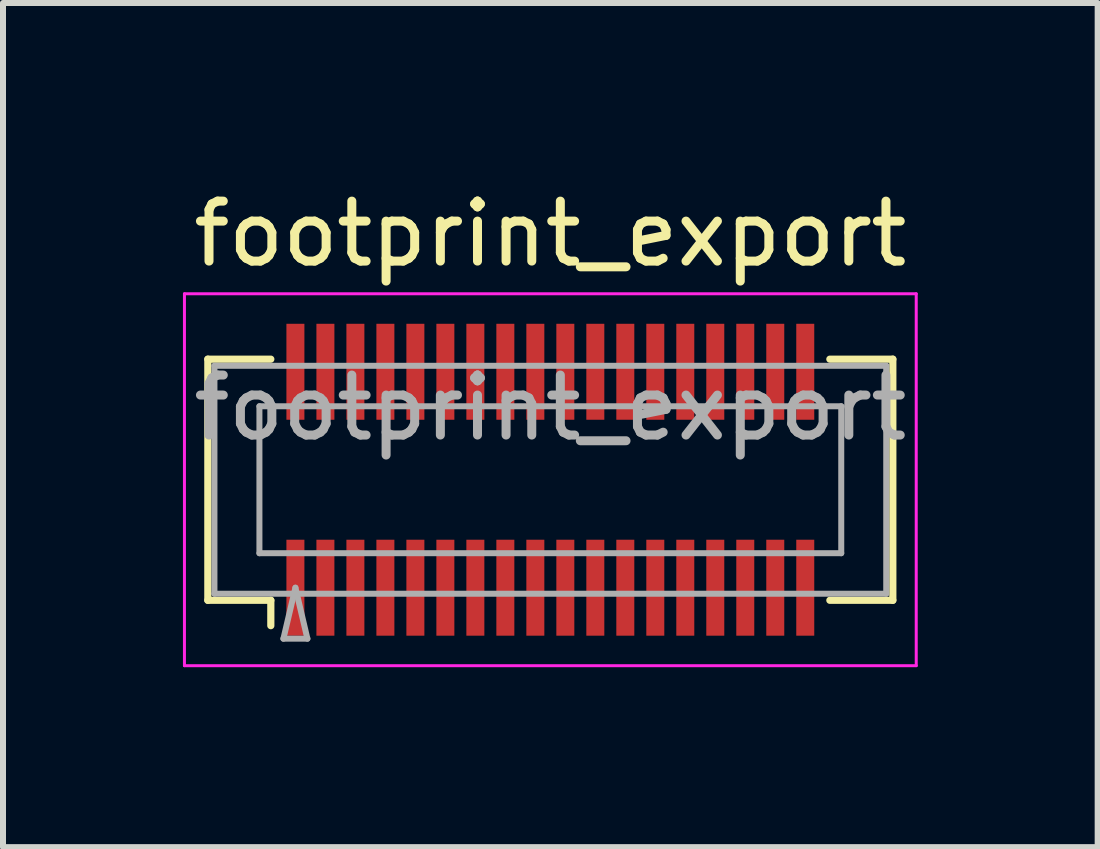
<source format=kicad_pcb>
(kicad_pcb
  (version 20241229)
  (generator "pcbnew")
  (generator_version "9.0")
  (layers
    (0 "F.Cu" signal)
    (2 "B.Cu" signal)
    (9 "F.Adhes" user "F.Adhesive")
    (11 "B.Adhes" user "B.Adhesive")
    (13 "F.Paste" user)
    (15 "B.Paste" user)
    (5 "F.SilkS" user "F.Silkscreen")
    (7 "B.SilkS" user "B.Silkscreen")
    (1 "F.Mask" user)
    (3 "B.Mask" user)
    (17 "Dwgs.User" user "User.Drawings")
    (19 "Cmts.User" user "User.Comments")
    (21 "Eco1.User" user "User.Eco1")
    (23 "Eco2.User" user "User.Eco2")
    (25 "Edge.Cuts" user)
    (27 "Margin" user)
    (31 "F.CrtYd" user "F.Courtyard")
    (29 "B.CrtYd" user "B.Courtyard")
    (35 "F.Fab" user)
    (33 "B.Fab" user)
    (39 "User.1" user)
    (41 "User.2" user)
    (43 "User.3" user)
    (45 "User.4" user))
  (footprint "footprint_export"
    (layer "F.Cu")
    (at 6.125 4.948)
    (property "Reference" "footprint_export" (at 0 -4.1 0) (layer "F.SilkS") (effects (font (size 1 1) (thickness 0.15))))
    (attr smd)
    (fp_line (start -5.71 -2.01) (end -4.66 -2.01) (stroke (width 0.12) (type solid)) (layer "F.SilkS"))
    (fp_line (start -5.71 2.01) (end -5.71 -2.01) (stroke (width 0.12) (type solid)) (layer "F.SilkS"))
    (fp_line (start -4.66 2.01) (end -5.71 2.01) (stroke (width 0.12) (type solid)) (layer "F.SilkS"))
    (fp_line (start -4.66 2.433) (end -4.66 2.01) (stroke (width 0.12) (type solid)) (layer "F.SilkS"))
    (fp_line (start 4.66 2.01) (end 5.71 2.01) (stroke (width 0.12) (type solid)) (layer "F.SilkS"))
    (fp_line (start 5.71 -2.01) (end 4.66 -2.01) (stroke (width 0.12) (type solid)) (layer "F.SilkS"))
    (fp_line (start 5.71 2.01) (end 5.71 -2.01) (stroke (width 0.12) (type solid)) (layer "F.SilkS"))
    (fp_line (start -6.1 -3.1) (end -6.1 3.1) (stroke (width 0.05) (type solid)) (layer "F.CrtYd"))
    (fp_line (start -6.1 3.1) (end 6.1 3.1) (stroke (width 0.05) (type solid)) (layer "F.CrtYd"))
    (fp_line (start 6.1 -3.1) (end -6.1 -3.1) (stroke (width 0.05) (type solid)) (layer "F.CrtYd"))
    (fp_line (start 6.1 3.1) (end 6.1 -3.1) (stroke (width 0.05) (type solid)) (layer "F.CrtYd"))
    (fp_line (start -5.6 -1.9) (end 5.6 -1.9) (stroke (width 0.1) (type solid)) (layer "F.Fab"))
    (fp_line (start -5.6 1.9) (end -5.6 -1.9) (stroke (width 0.1) (type solid)) (layer "F.Fab"))
    (fp_line (start -4.85 -1.225) (end 4.85 -1.225) (stroke (width 0.1) (type solid)) (layer "F.Fab"))
    (fp_line (start -4.85 1.225) (end -4.85 -1.225) (stroke (width 0.1) (type solid)) (layer "F.Fab"))
    (fp_line (start -4.45 2.65) (end -4.25 1.8) (stroke (width 0.1) (type solid)) (layer "F.Fab"))
    (fp_line (start -4.25 1.8) (end -4.05 2.65) (stroke (width 0.1) (type solid)) (layer "F.Fab"))
    (fp_line (start -4.05 2.65) (end -4.45 2.65) (stroke (width 0.1) (type solid)) (layer "F.Fab"))
    (fp_line (start 4.85 -1.225) (end 4.85 1.225) (stroke (width 0.1) (type solid)) (layer "F.Fab"))
    (fp_line (start 4.85 1.225) (end -4.85 1.225) (stroke (width 0.1) (type solid)) (layer "F.Fab"))
    (fp_line (start 5.6 -1.9) (end 5.6 1.9) (stroke (width 0.1) (type solid)) (layer "F.Fab"))
    (fp_line (start 5.6 1.9) (end -5.6 1.9) (stroke (width 0.1) (type solid)) (layer "F.Fab"))
    (fp_text user "${REFERENCE}" (at 0 -1.2 0) (layer "F.Fab") (effects (font (size 1 1) (thickness 0.15))))
    (pad "" smd rect (at -4.25 -2) (size 0.28 1.2) (layers "F.Paste"))
    (pad "" smd rect (at -4.25 2) (size 0.28 1.2) (layers "F.Paste"))
    (pad "" smd rect (at -3.75 -2) (size 0.28 1.2) (layers "F.Paste"))
    (pad "" smd rect (at -3.75 2) (size 0.28 1.2) (layers "F.Paste"))
    (pad "" smd rect (at -3.25 -2) (size 0.28 1.2) (layers "F.Paste"))
    (pad "" smd rect (at -3.25 2) (size 0.28 1.2) (layers "F.Paste"))
    (pad "" smd rect (at -2.75 -2) (size 0.28 1.2) (layers "F.Paste"))
    (pad "" smd rect (at -2.75 2) (size 0.28 1.2) (layers "F.Paste"))
    (pad "" smd rect (at -2.25 -2) (size 0.28 1.2) (layers "F.Paste"))
    (pad "" smd rect (at -2.25 2) (size 0.28 1.2) (layers "F.Paste"))
    (pad "" smd rect (at -1.75 -2) (size 0.28 1.2) (layers "F.Paste"))
    (pad "" smd rect (at -1.75 2) (size 0.28 1.2) (layers "F.Paste"))
    (pad "" smd rect (at -1.25 -2) (size 0.28 1.2) (layers "F.Paste"))
    (pad "" smd rect (at -1.25 2) (size 0.28 1.2) (layers "F.Paste"))
    (pad "" smd rect (at -0.75 -2) (size 0.28 1.2) (layers "F.Paste"))
    (pad "" smd rect (at -0.75 2) (size 0.28 1.2) (layers "F.Paste"))
    (pad "" smd rect (at -0.25 -2) (size 0.28 1.2) (layers "F.Paste"))
    (pad "" smd rect (at -0.25 2) (size 0.28 1.2) (layers "F.Paste"))
    (pad "" smd rect (at 0.25 -2) (size 0.28 1.2) (layers "F.Paste"))
    (pad "" smd rect (at 0.25 2) (size 0.28 1.2) (layers "F.Paste"))
    (pad "" smd rect (at 0.75 -2) (size 0.28 1.2) (layers "F.Paste"))
    (pad "" smd rect (at 0.75 2) (size 0.28 1.2) (layers "F.Paste"))
    (pad "" smd rect (at 1.25 -2) (size 0.28 1.2) (layers "F.Paste"))
    (pad "" smd rect (at 1.25 2) (size 0.28 1.2) (layers "F.Paste"))
    (pad "" smd rect (at 1.75 -2) (size 0.28 1.2) (layers "F.Paste"))
    (pad "" smd rect (at 1.75 2) (size 0.28 1.2) (layers "F.Paste"))
    (pad "" smd rect (at 2.25 -2) (size 0.28 1.2) (layers "F.Paste"))
    (pad "" smd rect (at 2.25 2) (size 0.28 1.2) (layers "F.Paste"))
    (pad "" smd rect (at 2.75 -2) (size 0.28 1.2) (layers "F.Paste"))
    (pad "" smd rect (at 2.75 2) (size 0.28 1.2) (layers "F.Paste"))
    (pad "" smd rect (at 3.25 -2) (size 0.28 1.2) (layers "F.Paste"))
    (pad "" smd rect (at 3.25 2) (size 0.28 1.2) (layers "F.Paste"))
    (pad "" smd rect (at 3.75 -2) (size 0.28 1.2) (layers "F.Paste"))
    (pad "" smd rect (at 3.75 2) (size 0.28 1.2) (layers "F.Paste"))
    (pad "" smd rect (at 4.25 -2) (size 0.28 1.2) (layers "F.Paste"))
    (pad "" smd rect (at 4.25 2) (size 0.28 1.2) (layers "F.Paste"))
    (pad "1" smd rect (at -4.25 1.8) (size 0.3 1.6) (layers "F.Cu" "F.Mask"))
    (pad "2" smd rect (at -3.75 1.8) (size 0.3 1.6) (layers "F.Cu" "F.Mask"))
    (pad "3" smd rect (at -3.25 1.8) (size 0.3 1.6) (layers "F.Cu" "F.Mask"))
    (pad "4" smd rect (at -2.75 1.8) (size 0.3 1.6) (layers "F.Cu" "F.Mask"))
    (pad "5" smd rect (at -2.25 1.8) (size 0.3 1.6) (layers "F.Cu" "F.Mask"))
    (pad "6" smd rect (at -1.75 1.8) (size 0.3 1.6) (layers "F.Cu" "F.Mask"))
    (pad "7" smd rect (at -1.25 1.8) (size 0.3 1.6) (layers "F.Cu" "F.Mask"))
    (pad "8" smd rect (at -0.75 1.8) (size 0.3 1.6) (layers "F.Cu" "F.Mask"))
    (pad "9" smd rect (at -0.25 1.8) (size 0.3 1.6) (layers "F.Cu" "F.Mask"))
    (pad "10" smd rect (at 0.25 1.8) (size 0.3 1.6) (layers "F.Cu" "F.Mask"))
    (pad "11" smd rect (at 0.75 1.8) (size 0.3 1.6) (layers "F.Cu" "F.Mask"))
    (pad "12" smd rect (at 1.25 1.8) (size 0.3 1.6) (layers "F.Cu" "F.Mask"))
    (pad "13" smd rect (at 1.75 1.8) (size 0.3 1.6) (layers "F.Cu" "F.Mask"))
    (pad "14" smd rect (at 2.25 1.8) (size 0.3 1.6) (layers "F.Cu" "F.Mask"))
    (pad "15" smd rect (at 2.75 1.8) (size 0.3 1.6) (layers "F.Cu" "F.Mask"))
    (pad "16" smd rect (at 3.25 1.8) (size 0.3 1.6) (layers "F.Cu" "F.Mask"))
    (pad "17" smd rect (at 3.75 1.8) (size 0.3 1.6) (layers "F.Cu" "F.Mask"))
    (pad "18" smd rect (at 4.25 1.8) (size 0.3 1.6) (layers "F.Cu" "F.Mask"))
    (pad "19" smd rect (at -4.25 -1.8) (size 0.3 1.6) (layers "F.Cu" "F.Mask"))
    (pad "20" smd rect (at -3.75 -1.8) (size 0.3 1.6) (layers "F.Cu" "F.Mask"))
    (pad "21" smd rect (at -3.25 -1.8) (size 0.3 1.6) (layers "F.Cu" "F.Mask"))
    (pad "22" smd rect (at -2.75 -1.8) (size 0.3 1.6) (layers "F.Cu" "F.Mask"))
    (pad "23" smd rect (at -2.25 -1.8) (size 0.3 1.6) (layers "F.Cu" "F.Mask"))
    (pad "24" smd rect (at -1.75 -1.8) (size 0.3 1.6) (layers "F.Cu" "F.Mask"))
    (pad "25" smd rect (at -1.25 -1.8) (size 0.3 1.6) (layers "F.Cu" "F.Mask"))
    (pad "26" smd rect (at -0.75 -1.8) (size 0.3 1.6) (layers "F.Cu" "F.Mask"))
    (pad "27" smd rect (at -0.25 -1.8) (size 0.3 1.6) (layers "F.Cu" "F.Mask"))
    (pad "28" smd rect (at 0.25 -1.8) (size 0.3 1.6) (layers "F.Cu" "F.Mask"))
    (pad "29" smd rect (at 0.75 -1.8) (size 0.3 1.6) (layers "F.Cu" "F.Mask"))
    (pad "30" smd rect (at 1.25 -1.8) (size 0.3 1.6) (layers "F.Cu" "F.Mask"))
    (pad "31" smd rect (at 1.75 -1.8) (size 0.3 1.6) (layers "F.Cu" "F.Mask"))
    (pad "32" smd rect (at 2.25 -1.8) (size 0.3 1.6) (layers "F.Cu" "F.Mask"))
    (pad "33" smd rect (at 2.75 -1.8) (size 0.3 1.6) (layers "F.Cu" "F.Mask"))
    (pad "34" smd rect (at 3.25 -1.8) (size 0.3 1.6) (layers "F.Cu" "F.Mask"))
    (pad "35" smd rect (at 3.75 -1.8) (size 0.3 1.6) (layers "F.Cu" "F.Mask"))
    (pad "36" smd rect (at 4.25 -1.8) (size 0.3 1.6) (layers "F.Cu" "F.Mask")))
  (gr_rect
    (start -3 -3)
    (end 15.25 11.073)
    (stroke (width 0.1) (type default))
    (fill no)
    (layer "Edge.Cuts")))
</source>
